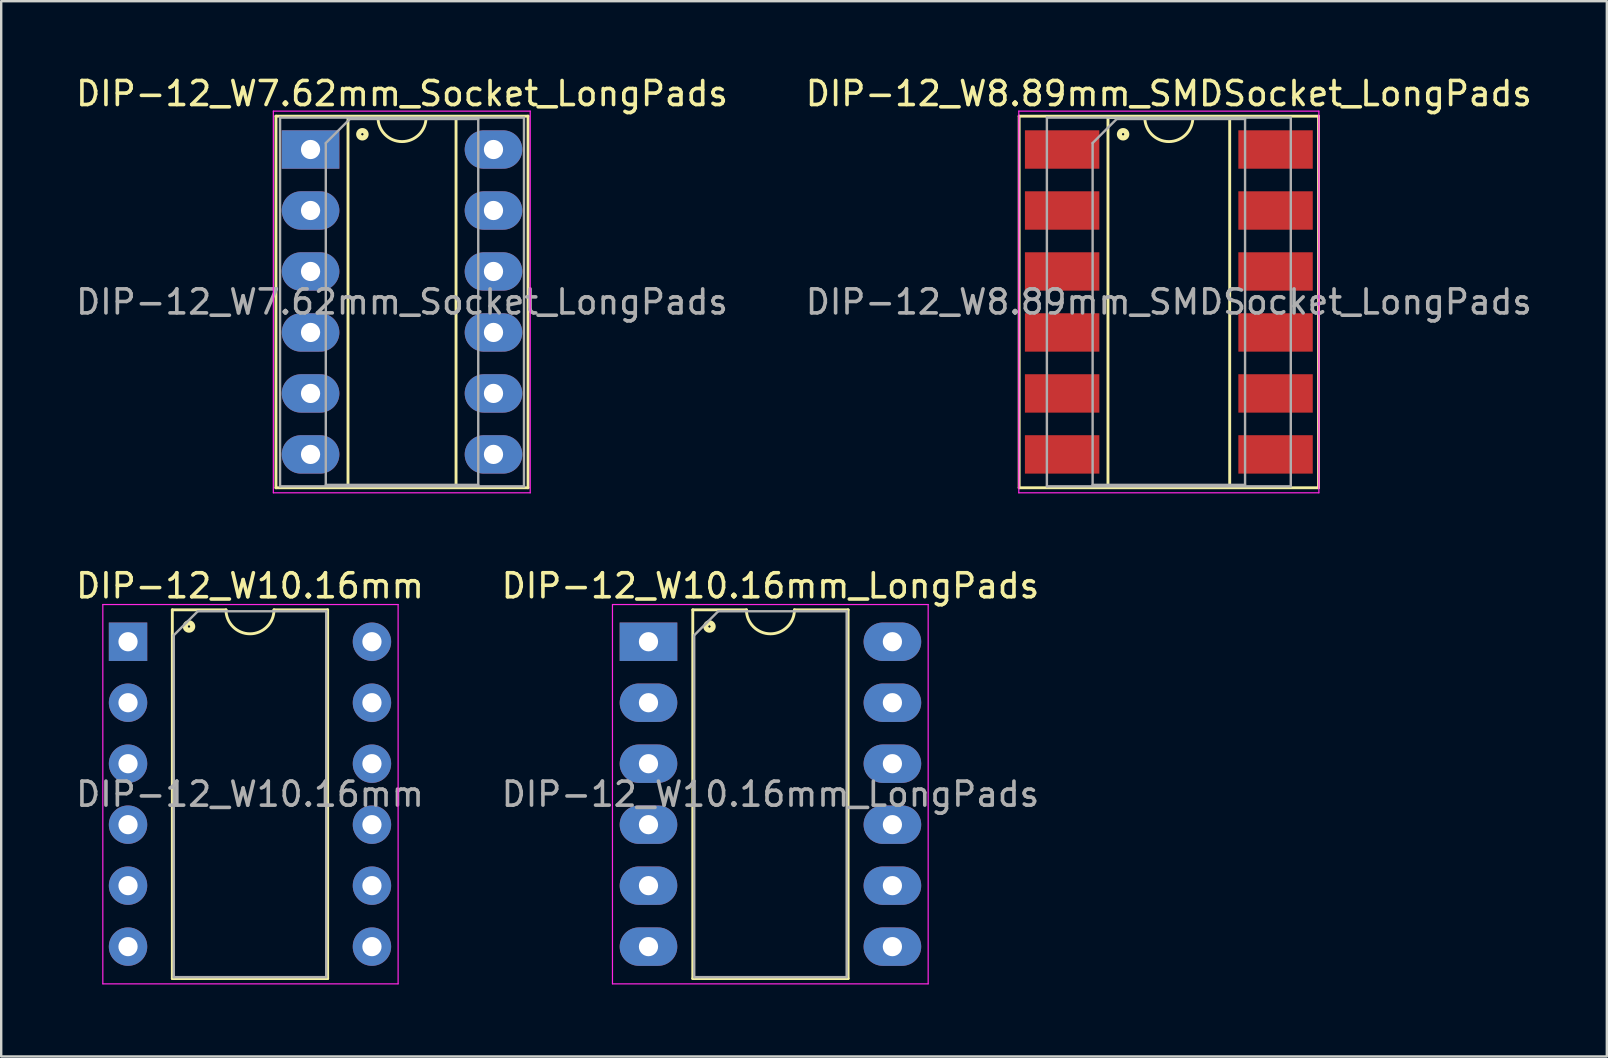
<source format=kicad_pcb>
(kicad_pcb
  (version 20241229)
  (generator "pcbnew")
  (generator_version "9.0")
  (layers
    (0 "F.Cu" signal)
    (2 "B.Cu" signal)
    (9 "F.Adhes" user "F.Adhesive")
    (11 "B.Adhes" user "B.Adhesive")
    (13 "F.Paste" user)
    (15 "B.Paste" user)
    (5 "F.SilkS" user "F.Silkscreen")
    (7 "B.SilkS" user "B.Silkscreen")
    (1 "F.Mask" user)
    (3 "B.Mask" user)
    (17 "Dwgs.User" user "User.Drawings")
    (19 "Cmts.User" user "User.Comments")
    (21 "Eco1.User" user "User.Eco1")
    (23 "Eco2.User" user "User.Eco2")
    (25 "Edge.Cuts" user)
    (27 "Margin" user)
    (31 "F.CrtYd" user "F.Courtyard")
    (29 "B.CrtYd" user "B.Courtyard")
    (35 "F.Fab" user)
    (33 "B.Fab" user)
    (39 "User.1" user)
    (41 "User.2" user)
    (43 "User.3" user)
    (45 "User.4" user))
  (footprint "DIP-12_W8.89mm_SMDSocket_LongPads"
    (layer "F.Cu")
    (at 45.637 9.528)
    (property "Reference" "DIP-12_W8.89mm_SMDSocket_LongPads" (at 0 -8.68 0) (layer "F.SilkS") (effects (font (size 1 1) (thickness 0.15))))
    (attr smd)
    (fp_line (start -6.235 -7.74) (end -6.235 7.74) (stroke (width 0.12) (type solid)) (layer "F.SilkS"))
    (fp_line (start -6.235 7.74) (end 6.235 7.74) (stroke (width 0.12) (type solid)) (layer "F.SilkS"))
    (fp_line (start -2.535 -7.68) (end -2.535 7.68) (stroke (width 0.12) (type solid)) (layer "F.SilkS"))
    (fp_line (start -2.535 7.68) (end 2.535 7.68) (stroke (width 0.12) (type solid)) (layer "F.SilkS"))
    (fp_line (start -1 -7.68) (end -2.535 -7.68) (stroke (width 0.12) (type solid)) (layer "F.SilkS"))
    (fp_line (start 2.535 -7.68) (end 1 -7.68) (stroke (width 0.12) (type solid)) (layer "F.SilkS"))
    (fp_line (start 2.535 7.68) (end 2.535 -7.68) (stroke (width 0.12) (type solid)) (layer "F.SilkS"))
    (fp_line (start 6.235 -7.74) (end -6.235 -7.74) (stroke (width 0.12) (type solid)) (layer "F.SilkS"))
    (fp_line (start 6.235 7.74) (end 6.235 -7.74) (stroke (width 0.12) (type solid)) (layer "F.SilkS"))
    (fp_arc (start 1 -7.68) (mid 0 -6.68) (end -1 -7.68) (stroke (width 0.12) (type solid)) (layer "F.SilkS"))
    (fp_circle (center -1.905 -6.985) (end -1.855 -6.985) (stroke (width 0.12) (type solid)) (fill no) (layer "F.SilkS"))
    (fp_circle (center -1.905 -6.985) (end -1.78 -6.985) (stroke (width 0.12) (type solid)) (fill no) (layer "F.SilkS"))
    (fp_circle (center -1.905 -6.985) (end -1.705 -6.985) (stroke (width 0.12) (type solid)) (fill no) (layer "F.SilkS"))
    (fp_line (start -6.25 -7.95) (end -6.25 7.95) (stroke (width 0.05) (type solid)) (layer "F.CrtYd"))
    (fp_line (start -6.25 7.95) (end 6.25 7.95) (stroke (width 0.05) (type solid)) (layer "F.CrtYd"))
    (fp_line (start 6.25 -7.95) (end -6.25 -7.95) (stroke (width 0.05) (type solid)) (layer "F.CrtYd"))
    (fp_line (start 6.25 7.95) (end 6.25 -7.95) (stroke (width 0.05) (type solid)) (layer "F.CrtYd"))
    (fp_line (start -5.08 -7.68) (end -5.08 7.68) (stroke (width 0.1) (type solid)) (layer "F.Fab"))
    (fp_line (start -5.08 7.68) (end 5.08 7.68) (stroke (width 0.1) (type solid)) (layer "F.Fab"))
    (fp_line (start -3.175 -6.62) (end -2.175 -7.62) (stroke (width 0.1) (type solid)) (layer "F.Fab"))
    (fp_line (start -3.175 7.62) (end -3.175 -6.62) (stroke (width 0.1) (type solid)) (layer "F.Fab"))
    (fp_line (start -2.175 -7.62) (end 3.175 -7.62) (stroke (width 0.1) (type solid)) (layer "F.Fab"))
    (fp_line (start 3.175 -7.62) (end 3.175 7.62) (stroke (width 0.1) (type solid)) (layer "F.Fab"))
    (fp_line (start 3.175 7.62) (end -3.175 7.62) (stroke (width 0.1) (type solid)) (layer "F.Fab"))
    (fp_line (start 5.08 -7.68) (end -5.08 -7.68) (stroke (width 0.1) (type solid)) (layer "F.Fab"))
    (fp_line (start 5.08 7.68) (end 5.08 -7.68) (stroke (width 0.1) (type solid)) (layer "F.Fab"))
    (fp_text user "${REFERENCE}" (at 0 0 0) (layer "F.Fab") (effects (font (size 1 1) (thickness 0.15))))
    (pad "1" smd rect (at -4.445 -6.35) (size 3.1 1.6) (layers "F.Cu" "F.Mask" "F.Paste"))
    (pad "2" smd rect (at -4.445 -3.81) (size 3.1 1.6) (layers "F.Cu" "F.Mask" "F.Paste"))
    (pad "3" smd rect (at -4.445 -1.27) (size 3.1 1.6) (layers "F.Cu" "F.Mask" "F.Paste"))
    (pad "4" smd rect (at -4.445 1.27) (size 3.1 1.6) (layers "F.Cu" "F.Mask" "F.Paste"))
    (pad "5" smd rect (at -4.445 3.81) (size 3.1 1.6) (layers "F.Cu" "F.Mask" "F.Paste"))
    (pad "6" smd rect (at -4.445 6.35) (size 3.1 1.6) (layers "F.Cu" "F.Mask" "F.Paste"))
    (pad "7" smd rect (at 4.445 6.35) (size 3.1 1.6) (layers "F.Cu" "F.Mask" "F.Paste"))
    (pad "8" smd rect (at 4.445 3.81) (size 3.1 1.6) (layers "F.Cu" "F.Mask" "F.Paste"))
    (pad "9" smd rect (at 4.445 1.27) (size 3.1 1.6) (layers "F.Cu" "F.Mask" "F.Paste"))
    (pad "10" smd rect (at 4.445 -1.27) (size 3.1 1.6) (layers "F.Cu" "F.Mask" "F.Paste"))
    (pad "11" smd rect (at 4.445 -3.81) (size 3.1 1.6) (layers "F.Cu" "F.Mask" "F.Paste"))
    (pad "12" smd rect (at 4.445 -6.35) (size 3.1 1.6) (layers "F.Cu" "F.Mask" "F.Paste")))
  (footprint "DIP-12_W7.62mm_Socket_LongPads"
    (layer "F.Cu")
    (at 9.886 3.178)
    (property "Reference" "DIP-12_W7.62mm_Socket_LongPads" (at 3.81 -2.33 0) (layer "F.SilkS") (effects (font (size 1 1) (thickness 0.15))))
    (attr through_hole)
    (fp_line (start -1.44 -1.39) (end -1.44 14.09) (stroke (width 0.12) (type solid)) (layer "F.SilkS"))
    (fp_line (start -1.44 14.09) (end 9.06 14.09) (stroke (width 0.12) (type solid)) (layer "F.SilkS"))
    (fp_line (start 1.56 -1.33) (end 1.56 14.03) (stroke (width 0.12) (type solid)) (layer "F.SilkS"))
    (fp_line (start 1.56 14.03) (end 6.06 14.03) (stroke (width 0.12) (type solid)) (layer "F.SilkS"))
    (fp_line (start 2.81 -1.33) (end 1.56 -1.33) (stroke (width 0.12) (type solid)) (layer "F.SilkS"))
    (fp_line (start 6.06 -1.33) (end 4.81 -1.33) (stroke (width 0.12) (type solid)) (layer "F.SilkS"))
    (fp_line (start 6.06 14.03) (end 6.06 -1.33) (stroke (width 0.12) (type solid)) (layer "F.SilkS"))
    (fp_line (start 9.06 -1.39) (end -1.44 -1.39) (stroke (width 0.12) (type solid)) (layer "F.SilkS"))
    (fp_line (start 9.06 14.09) (end 9.06 -1.39) (stroke (width 0.12) (type solid)) (layer "F.SilkS"))
    (fp_arc (start 4.81 -1.33) (mid 3.81 -0.33) (end 2.81 -1.33) (stroke (width 0.12) (type solid)) (layer "F.SilkS"))
    (fp_circle (center 2.159 -0.635) (end 2.209 -0.635) (stroke (width 0.12) (type solid)) (fill no) (layer "F.SilkS"))
    (fp_circle (center 2.159 -0.635) (end 2.284 -0.635) (stroke (width 0.12) (type solid)) (fill no) (layer "F.SilkS"))
    (fp_circle (center 2.159 -0.635) (end 2.359 -0.635) (stroke (width 0.12) (type solid)) (fill no) (layer "F.SilkS"))
    (fp_line (start -1.55 -1.6) (end -1.55 14.3) (stroke (width 0.05) (type solid)) (layer "F.CrtYd"))
    (fp_line (start -1.55 14.3) (end 9.15 14.3) (stroke (width 0.05) (type solid)) (layer "F.CrtYd"))
    (fp_line (start 9.15 -1.6) (end -1.55 -1.6) (stroke (width 0.05) (type solid)) (layer "F.CrtYd"))
    (fp_line (start 9.15 14.3) (end 9.15 -1.6) (stroke (width 0.05) (type solid)) (layer "F.CrtYd"))
    (fp_line (start -1.27 -1.33) (end -1.27 14.03) (stroke (width 0.1) (type solid)) (layer "F.Fab"))
    (fp_line (start -1.27 14.03) (end 8.89 14.03) (stroke (width 0.1) (type solid)) (layer "F.Fab"))
    (fp_line (start 0.635 -0.27) (end 1.635 -1.27) (stroke (width 0.1) (type solid)) (layer "F.Fab"))
    (fp_line (start 0.635 13.97) (end 0.635 -0.27) (stroke (width 0.1) (type solid)) (layer "F.Fab"))
    (fp_line (start 1.635 -1.27) (end 6.985 -1.27) (stroke (width 0.1) (type solid)) (layer "F.Fab"))
    (fp_line (start 6.985 -1.27) (end 6.985 13.97) (stroke (width 0.1) (type solid)) (layer "F.Fab"))
    (fp_line (start 6.985 13.97) (end 0.635 13.97) (stroke (width 0.1) (type solid)) (layer "F.Fab"))
    (fp_line (start 8.89 -1.33) (end -1.27 -1.33) (stroke (width 0.1) (type solid)) (layer "F.Fab"))
    (fp_line (start 8.89 14.03) (end 8.89 -1.33) (stroke (width 0.1) (type solid)) (layer "F.Fab"))
    (fp_text user "${REFERENCE}" (at 3.81 6.35 0) (layer "F.Fab") (effects (font (size 1 1) (thickness 0.15))))
    (pad "1" thru_hole rect (at 0 0) (size 2.4 1.6) (drill 0.8) (layers "*.Cu" "*.Mask"))
    (pad "2" thru_hole oval (at 0 2.54) (size 2.4 1.6) (drill 0.8) (layers "*.Cu" "*.Mask"))
    (pad "3" thru_hole oval (at 0 5.08) (size 2.4 1.6) (drill 0.8) (layers "*.Cu" "*.Mask"))
    (pad "4" thru_hole oval (at 0 7.62) (size 2.4 1.6) (drill 0.8) (layers "*.Cu" "*.Mask"))
    (pad "5" thru_hole oval (at 0 10.16) (size 2.4 1.6) (drill 0.8) (layers "*.Cu" "*.Mask"))
    (pad "6" thru_hole oval (at 0 12.7) (size 2.4 1.6) (drill 0.8) (layers "*.Cu" "*.Mask"))
    (pad "7" thru_hole oval (at 7.62 12.7) (size 2.4 1.6) (drill 0.8) (layers "*.Cu" "*.Mask"))
    (pad "8" thru_hole oval (at 7.62 10.16) (size 2.4 1.6) (drill 0.8) (layers "*.Cu" "*.Mask"))
    (pad "9" thru_hole oval (at 7.62 7.62) (size 2.4 1.6) (drill 0.8) (layers "*.Cu" "*.Mask"))
    (pad "10" thru_hole oval (at 7.62 5.08) (size 2.4 1.6) (drill 0.8) (layers "*.Cu" "*.Mask"))
    (pad "11" thru_hole oval (at 7.62 2.54) (size 2.4 1.6) (drill 0.8) (layers "*.Cu" "*.Mask"))
    (pad "12" thru_hole oval (at 7.62 0) (size 2.4 1.6) (drill 0.8) (layers "*.Cu" "*.Mask")))
  (footprint "DIP-12_W10.16mm"
    (layer "F.Cu")
    (at 2.283 23.681)
    (property "Reference" "DIP-12_W10.16mm" (at 5.08 -2.33 0) (layer "F.SilkS") (effects (font (size 1 1) (thickness 0.15))))
    (attr through_hole)
    (fp_line (start 1.845 -1.33) (end 1.845 14.03) (stroke (width 0.12) (type solid)) (layer "F.SilkS"))
    (fp_line (start 1.845 14.03) (end 8.315 14.03) (stroke (width 0.12) (type solid)) (layer "F.SilkS"))
    (fp_line (start 4.08 -1.33) (end 1.845 -1.33) (stroke (width 0.12) (type solid)) (layer "F.SilkS"))
    (fp_line (start 8.315 -1.33) (end 6.08 -1.33) (stroke (width 0.12) (type solid)) (layer "F.SilkS"))
    (fp_line (start 8.315 14.03) (end 8.315 -1.33) (stroke (width 0.12) (type solid)) (layer "F.SilkS"))
    (fp_arc (start 6.08 -1.33) (mid 5.08 -0.33) (end 4.08 -1.33) (stroke (width 0.12) (type solid)) (layer "F.SilkS"))
    (fp_circle (center 2.54 -0.635) (end 2.59 -0.635) (stroke (width 0.12) (type solid)) (fill no) (layer "F.SilkS"))
    (fp_circle (center 2.54 -0.635) (end 2.665 -0.635) (stroke (width 0.12) (type solid)) (fill no) (layer "F.SilkS"))
    (fp_circle (center 2.54 -0.635) (end 2.74 -0.635) (stroke (width 0.12) (type solid)) (fill no) (layer "F.SilkS"))
    (fp_line (start -1.05 -1.55) (end -1.05 14.25) (stroke (width 0.05) (type solid)) (layer "F.CrtYd"))
    (fp_line (start -1.05 14.25) (end 11.25 14.25) (stroke (width 0.05) (type solid)) (layer "F.CrtYd"))
    (fp_line (start 11.25 -1.55) (end -1.05 -1.55) (stroke (width 0.05) (type solid)) (layer "F.CrtYd"))
    (fp_line (start 11.25 14.25) (end 11.25 -1.55) (stroke (width 0.05) (type solid)) (layer "F.CrtYd"))
    (fp_line (start 1.905 -0.27) (end 2.905 -1.27) (stroke (width 0.1) (type solid)) (layer "F.Fab"))
    (fp_line (start 1.905 13.97) (end 1.905 -0.27) (stroke (width 0.1) (type solid)) (layer "F.Fab"))
    (fp_line (start 2.905 -1.27) (end 8.255 -1.27) (stroke (width 0.1) (type solid)) (layer "F.Fab"))
    (fp_line (start 8.255 -1.27) (end 8.255 13.97) (stroke (width 0.1) (type solid)) (layer "F.Fab"))
    (fp_line (start 8.255 13.97) (end 1.905 13.97) (stroke (width 0.1) (type solid)) (layer "F.Fab"))
    (fp_text user "${REFERENCE}" (at 5.08 6.35 0) (layer "F.Fab") (effects (font (size 1 1) (thickness 0.15))))
    (pad "1" thru_hole rect (at 0 0) (size 1.6 1.6) (drill 0.8) (layers "*.Cu" "*.Mask"))
    (pad "2" thru_hole oval (at 0 2.54) (size 1.6 1.6) (drill 0.8) (layers "*.Cu" "*.Mask"))
    (pad "3" thru_hole oval (at 0 5.08) (size 1.6 1.6) (drill 0.8) (layers "*.Cu" "*.Mask"))
    (pad "4" thru_hole oval (at 0 7.62) (size 1.6 1.6) (drill 0.8) (layers "*.Cu" "*.Mask"))
    (pad "5" thru_hole oval (at 0 10.16) (size 1.6 1.6) (drill 0.8) (layers "*.Cu" "*.Mask"))
    (pad "6" thru_hole oval (at 0 12.7) (size 1.6 1.6) (drill 0.8) (layers "*.Cu" "*.Mask"))
    (pad "7" thru_hole oval (at 10.16 12.7) (size 1.6 1.6) (drill 0.8) (layers "*.Cu" "*.Mask"))
    (pad "8" thru_hole oval (at 10.16 10.16) (size 1.6 1.6) (drill 0.8) (layers "*.Cu" "*.Mask"))
    (pad "9" thru_hole oval (at 10.16 7.62) (size 1.6 1.6) (drill 0.8) (layers "*.Cu" "*.Mask"))
    (pad "10" thru_hole oval (at 10.16 5.08) (size 1.6 1.6) (drill 0.8) (layers "*.Cu" "*.Mask"))
    (pad "11" thru_hole oval (at 10.16 2.54) (size 1.6 1.6) (drill 0.8) (layers "*.Cu" "*.Mask"))
    (pad "12" thru_hole oval (at 10.16 0) (size 1.6 1.6) (drill 0.8) (layers "*.Cu" "*.Mask")))
  (footprint "DIP-12_W10.16mm_LongPads"
    (layer "F.Cu")
    (at 23.962 23.681)
    (property "Reference" "DIP-12_W10.16mm_LongPads" (at 5.08 -2.33 0) (layer "F.SilkS") (effects (font (size 1 1) (thickness 0.15))))
    (attr through_hole)
    (fp_line (start 1.845 -1.33) (end 1.845 14.03) (stroke (width 0.12) (type solid)) (layer "F.SilkS"))
    (fp_line (start 1.845 14.03) (end 8.315 14.03) (stroke (width 0.12) (type solid)) (layer "F.SilkS"))
    (fp_line (start 4.08 -1.33) (end 1.845 -1.33) (stroke (width 0.12) (type solid)) (layer "F.SilkS"))
    (fp_line (start 8.315 -1.33) (end 6.08 -1.33) (stroke (width 0.12) (type solid)) (layer "F.SilkS"))
    (fp_line (start 8.315 14.03) (end 8.315 -1.33) (stroke (width 0.12) (type solid)) (layer "F.SilkS"))
    (fp_arc (start 6.08 -1.33) (mid 5.08 -0.33) (end 4.08 -1.33) (stroke (width 0.12) (type solid)) (layer "F.SilkS"))
    (fp_circle (center 2.54 -0.635) (end 2.59 -0.635) (stroke (width 0.12) (type solid)) (fill no) (layer "F.SilkS"))
    (fp_circle (center 2.54 -0.635) (end 2.665 -0.635) (stroke (width 0.12) (type solid)) (fill no) (layer "F.SilkS"))
    (fp_circle (center 2.54 -0.635) (end 2.74 -0.635) (stroke (width 0.12) (type solid)) (fill no) (layer "F.SilkS"))
    (fp_line (start -1.5 -1.55) (end -1.5 14.25) (stroke (width 0.05) (type solid)) (layer "F.CrtYd"))
    (fp_line (start -1.5 14.25) (end 11.65 14.25) (stroke (width 0.05) (type solid)) (layer "F.CrtYd"))
    (fp_line (start 11.65 -1.55) (end -1.5 -1.55) (stroke (width 0.05) (type solid)) (layer "F.CrtYd"))
    (fp_line (start 11.65 14.25) (end 11.65 -1.55) (stroke (width 0.05) (type solid)) (layer "F.CrtYd"))
    (fp_line (start 1.905 -0.27) (end 2.905 -1.27) (stroke (width 0.1) (type solid)) (layer "F.Fab"))
    (fp_line (start 1.905 13.97) (end 1.905 -0.27) (stroke (width 0.1) (type solid)) (layer "F.Fab"))
    (fp_line (start 2.905 -1.27) (end 8.255 -1.27) (stroke (width 0.1) (type solid)) (layer "F.Fab"))
    (fp_line (start 8.255 -1.27) (end 8.255 13.97) (stroke (width 0.1) (type solid)) (layer "F.Fab"))
    (fp_line (start 8.255 13.97) (end 1.905 13.97) (stroke (width 0.1) (type solid)) (layer "F.Fab"))
    (fp_text user "${REFERENCE}" (at 5.08 6.35 0) (layer "F.Fab") (effects (font (size 1 1) (thickness 0.15))))
    (pad "1" thru_hole rect (at 0 0) (size 2.4 1.6) (drill 0.8) (layers "*.Cu" "*.Mask"))
    (pad "2" thru_hole oval (at 0 2.54) (size 2.4 1.6) (drill 0.8) (layers "*.Cu" "*.Mask"))
    (pad "3" thru_hole oval (at 0 5.08) (size 2.4 1.6) (drill 0.8) (layers "*.Cu" "*.Mask"))
    (pad "4" thru_hole oval (at 0 7.62) (size 2.4 1.6) (drill 0.8) (layers "*.Cu" "*.Mask"))
    (pad "5" thru_hole oval (at 0 10.16) (size 2.4 1.6) (drill 0.8) (layers "*.Cu" "*.Mask"))
    (pad "6" thru_hole oval (at 0 12.7) (size 2.4 1.6) (drill 0.8) (layers "*.Cu" "*.Mask"))
    (pad "7" thru_hole oval (at 10.16 12.7) (size 2.4 1.6) (drill 0.8) (layers "*.Cu" "*.Mask"))
    (pad "8" thru_hole oval (at 10.16 10.16) (size 2.4 1.6) (drill 0.8) (layers "*.Cu" "*.Mask"))
    (pad "9" thru_hole oval (at 10.16 7.62) (size 2.4 1.6) (drill 0.8) (layers "*.Cu" "*.Mask"))
    (pad "10" thru_hole oval (at 10.16 5.08) (size 2.4 1.6) (drill 0.8) (layers "*.Cu" "*.Mask"))
    (pad "11" thru_hole oval (at 10.16 2.54) (size 2.4 1.6) (drill 0.8) (layers "*.Cu" "*.Mask"))
    (pad "12" thru_hole oval (at 10.16 0) (size 2.4 1.6) (drill 0.8) (layers "*.Cu" "*.Mask")))
  (gr_rect
    (start -3 -3)
    (end 63.881 40.956)
    (stroke (width 0.1) (type default))
    (fill no)
    (layer "Edge.Cuts")))
</source>
